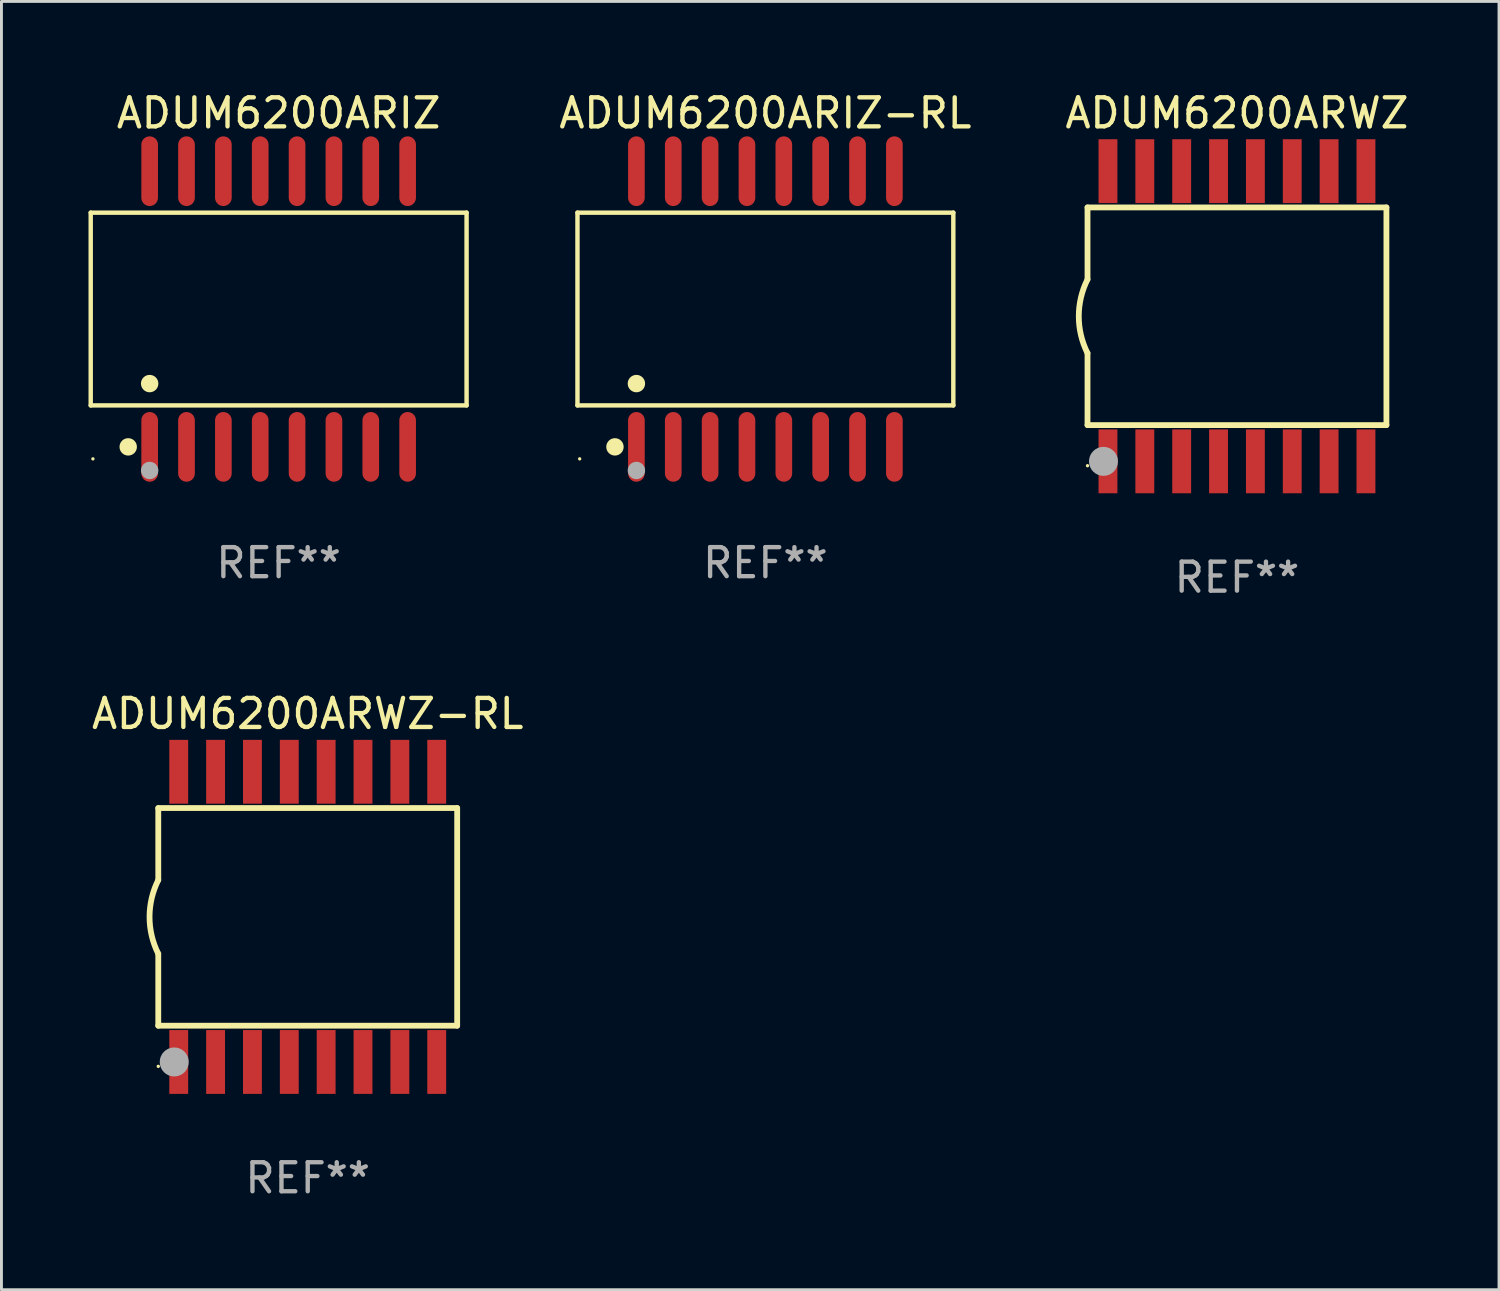
<source format=kicad_pcb>
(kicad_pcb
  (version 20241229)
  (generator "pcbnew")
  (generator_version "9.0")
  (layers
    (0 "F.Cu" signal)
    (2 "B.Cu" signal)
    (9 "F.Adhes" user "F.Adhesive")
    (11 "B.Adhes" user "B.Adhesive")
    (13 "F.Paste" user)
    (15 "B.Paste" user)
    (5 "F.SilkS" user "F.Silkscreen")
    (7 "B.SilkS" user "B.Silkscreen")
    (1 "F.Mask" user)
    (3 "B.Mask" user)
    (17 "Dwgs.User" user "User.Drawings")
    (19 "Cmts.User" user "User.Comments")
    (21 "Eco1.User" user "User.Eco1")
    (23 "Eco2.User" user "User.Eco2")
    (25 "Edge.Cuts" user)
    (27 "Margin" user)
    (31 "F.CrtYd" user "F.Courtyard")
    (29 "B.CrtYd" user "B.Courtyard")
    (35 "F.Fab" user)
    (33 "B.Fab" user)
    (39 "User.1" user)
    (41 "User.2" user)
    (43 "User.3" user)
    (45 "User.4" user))
  (footprint "ADUM6200ARIZ-RL"
    (layer "F.Cu")
    (at 23.325 7.599)
    (property "Reference" "ADUM6200ARIZ-RL" (at 0 -6.75 0) (layer "F.SilkS") (effects (font (size 1 1) (thickness 0.15))))
    (attr through_hole)
    (fp_line (start -6.476 -3.321) (end 6.476 -3.321) (stroke (width 0.152) (type solid)) (layer "F.SilkS"))
    (fp_line (start -6.476 3.321) (end -6.476 -3.321) (stroke (width 0.152) (type solid)) (layer "F.SilkS"))
    (fp_line (start 6.476 -3.321) (end 6.476 3.321) (stroke (width 0.152) (type solid)) (layer "F.SilkS"))
    (fp_line (start 6.476 3.321) (end -6.476 3.321) (stroke (width 0.152) (type solid)) (layer "F.SilkS"))
    (fp_circle (center -6.4 5.163) (end -6.37 5.163) (stroke (width 0.06) (type solid)) (fill no) (layer "F.SilkS"))
    (fp_circle (center -5.184 4.75) (end -5.034 4.75) (stroke (width 0.3) (type solid)) (fill no) (layer "F.SilkS"))
    (fp_circle (center -4.445 2.569) (end -4.295 2.569) (stroke (width 0.3) (type solid)) (fill no) (layer "F.SilkS"))
    (fp_circle (center -4.445 5.563) (end -4.295 5.563) (stroke (width 0.3) (type solid)) (fill no) (layer "F.Fab"))
    (fp_text user "REF**" (at 0 8.75 0) (layer "F.Fab") (effects (font (size 1 1) (thickness 0.15))))
    (pad "1" smd oval (at -4.445 4.75) (size 0.574 2.401) (layers "F.Cu" "F.Mask" "F.Paste"))
    (pad "2" smd oval (at -3.175 4.75) (size 0.574 2.401) (layers "F.Cu" "F.Mask" "F.Paste"))
    (pad "3" smd oval (at -1.905 4.75) (size 0.574 2.401) (layers "F.Cu" "F.Mask" "F.Paste"))
    (pad "4" smd oval (at -0.635 4.75) (size 0.574 2.401) (layers "F.Cu" "F.Mask" "F.Paste"))
    (pad "5" smd oval (at 0.635 4.75) (size 0.574 2.401) (layers "F.Cu" "F.Mask" "F.Paste"))
    (pad "6" smd oval (at 1.905 4.75) (size 0.574 2.401) (layers "F.Cu" "F.Mask" "F.Paste"))
    (pad "7" smd oval (at 3.175 4.75) (size 0.574 2.401) (layers "F.Cu" "F.Mask" "F.Paste"))
    (pad "8" smd oval (at 4.445 4.75) (size 0.574 2.401) (layers "F.Cu" "F.Mask" "F.Paste"))
    (pad "9" smd oval (at 4.445 -4.75) (size 0.574 2.401) (layers "F.Cu" "F.Mask" "F.Paste"))
    (pad "10" smd oval (at 3.175 -4.75) (size 0.574 2.401) (layers "F.Cu" "F.Mask" "F.Paste"))
    (pad "11" smd oval (at 1.905 -4.75) (size 0.574 2.401) (layers "F.Cu" "F.Mask" "F.Paste"))
    (pad "12" smd oval (at 0.635 -4.75) (size 0.574 2.401) (layers "F.Cu" "F.Mask" "F.Paste"))
    (pad "13" smd oval (at -0.635 -4.75) (size 0.574 2.401) (layers "F.Cu" "F.Mask" "F.Paste"))
    (pad "14" smd oval (at -1.905 -4.75) (size 0.574 2.401) (layers "F.Cu" "F.Mask" "F.Paste"))
    (pad "15" smd oval (at -3.175 -4.75) (size 0.574 2.401) (layers "F.Cu" "F.Mask" "F.Paste"))
    (pad "16" smd oval (at -4.445 -4.75) (size 0.574 2.401) (layers "F.Cu" "F.Mask" "F.Paste")))
  (footprint "ADUM6200ARWZ"
    (layer "F.Cu")
    (at 39.575 7.848)
    (property "Reference" "ADUM6200ARWZ" (at 0 -7 0) (layer "F.SilkS") (effects (font (size 1 1) (thickness 0.15))))
    (attr through_hole)
    (fp_line (start -5.15 -3.75) (end -5.15 -1.27) (stroke (width 0.2) (type solid)) (layer "F.SilkS"))
    (fp_line (start -5.15 -3.75) (end 5.15 -3.75) (stroke (width 0.2) (type solid)) (layer "F.SilkS"))
    (fp_line (start -5.15 3.75) (end -5.15 1.27) (stroke (width 0.2) (type solid)) (layer "F.SilkS"))
    (fp_line (start 5.15 -3.75) (end 5.15 3.75) (stroke (width 0.2) (type solid)) (layer "F.SilkS"))
    (fp_line (start 5.15 3.75) (end -5.15 3.75) (stroke (width 0.2) (type solid)) (layer "F.SilkS"))
    (fp_arc (start -5.151131 1.270003) (mid -5.450556 -0.000132) (end -5.150013 -1.270003) (stroke (width 0.2) (type solid)) (layer "F.SilkS"))
    (fp_circle (center -5.15 5.15) (end -5.12 5.15) (stroke (width 0.06) (type solid)) (fill no) (layer "F.SilkS"))
    (fp_circle (center -4.6 5) (end -4.35 5) (stroke (width 0.5) (type solid)) (fill no) (layer "F.Fab"))
    (fp_text user "REF**" (at 0 9 0) (layer "F.Fab") (effects (font (size 1 1) (thickness 0.15))))
    (pad "1" smd rect (at -4.445 5) (size 0.65 2.2) (layers "F.Cu" "F.Mask" "F.Paste"))
    (pad "2" smd rect (at -3.175 5) (size 0.65 2.2) (layers "F.Cu" "F.Mask" "F.Paste"))
    (pad "3" smd rect (at -1.905 5) (size 0.65 2.2) (layers "F.Cu" "F.Mask" "F.Paste"))
    (pad "4" smd rect (at -0.635 5) (size 0.65 2.2) (layers "F.Cu" "F.Mask" "F.Paste"))
    (pad "5" smd rect (at 0.635 5) (size 0.65 2.2) (layers "F.Cu" "F.Mask" "F.Paste"))
    (pad "6" smd rect (at 1.905 5) (size 0.65 2.2) (layers "F.Cu" "F.Mask" "F.Paste"))
    (pad "7" smd rect (at 3.175 5) (size 0.65 2.2) (layers "F.Cu" "F.Mask" "F.Paste"))
    (pad "8" smd rect (at 4.445 5) (size 0.65 2.2) (layers "F.Cu" "F.Mask" "F.Paste"))
    (pad "9" smd rect (at 4.445 -5) (size 0.65 2.2) (layers "F.Cu" "F.Mask" "F.Paste"))
    (pad "10" smd rect (at 3.175 -5) (size 0.65 2.2) (layers "F.Cu" "F.Mask" "F.Paste"))
    (pad "11" smd rect (at 1.905 -5) (size 0.65 2.2) (layers "F.Cu" "F.Mask" "F.Paste"))
    (pad "12" smd rect (at 0.635 -5) (size 0.65 2.2) (layers "F.Cu" "F.Mask" "F.Paste"))
    (pad "13" smd rect (at -0.635 -5) (size 0.65 2.2) (layers "F.Cu" "F.Mask" "F.Paste"))
    (pad "14" smd rect (at -1.905 -5) (size 0.65 2.2) (layers "F.Cu" "F.Mask" "F.Paste"))
    (pad "15" smd rect (at -3.175 -5) (size 0.65 2.2) (layers "F.Cu" "F.Mask" "F.Paste"))
    (pad "16" smd rect (at -4.445 -5) (size 0.65 2.2) (layers "F.Cu" "F.Mask" "F.Paste")))
  (footprint "ADUM6200ARWZ-RL"
    (layer "F.Cu")
    (at 7.554 28.545)
    (property "Reference" "ADUM6200ARWZ-RL" (at 0 -7 0) (layer "F.SilkS") (effects (font (size 1 1) (thickness 0.15))))
    (attr through_hole)
    (fp_line (start -5.15 -3.75) (end -5.15 -1.27) (stroke (width 0.2) (type solid)) (layer "F.SilkS"))
    (fp_line (start -5.15 -3.75) (end 5.15 -3.75) (stroke (width 0.2) (type solid)) (layer "F.SilkS"))
    (fp_line (start -5.15 3.75) (end -5.15 1.27) (stroke (width 0.2) (type solid)) (layer "F.SilkS"))
    (fp_line (start 5.15 -3.75) (end 5.15 3.75) (stroke (width 0.2) (type solid)) (layer "F.SilkS"))
    (fp_line (start 5.15 3.75) (end -5.15 3.75) (stroke (width 0.2) (type solid)) (layer "F.SilkS"))
    (fp_arc (start -5.151131 1.270003) (mid -5.450556 -0.000132) (end -5.150013 -1.270003) (stroke (width 0.2) (type solid)) (layer "F.SilkS"))
    (fp_circle (center -5.15 5.15) (end -5.12 5.15) (stroke (width 0.06) (type solid)) (fill no) (layer "F.SilkS"))
    (fp_circle (center -4.6 5) (end -4.35 5) (stroke (width 0.5) (type solid)) (fill no) (layer "F.Fab"))
    (fp_text user "REF**" (at 0 9 0) (layer "F.Fab") (effects (font (size 1 1) (thickness 0.15))))
    (pad "1" smd rect (at -4.445 5) (size 0.65 2.2) (layers "F.Cu" "F.Mask" "F.Paste"))
    (pad "2" smd rect (at -3.175 5) (size 0.65 2.2) (layers "F.Cu" "F.Mask" "F.Paste"))
    (pad "3" smd rect (at -1.905 5) (size 0.65 2.2) (layers "F.Cu" "F.Mask" "F.Paste"))
    (pad "4" smd rect (at -0.635 5) (size 0.65 2.2) (layers "F.Cu" "F.Mask" "F.Paste"))
    (pad "5" smd rect (at 0.635 5) (size 0.65 2.2) (layers "F.Cu" "F.Mask" "F.Paste"))
    (pad "6" smd rect (at 1.905 5) (size 0.65 2.2) (layers "F.Cu" "F.Mask" "F.Paste"))
    (pad "7" smd rect (at 3.175 5) (size 0.65 2.2) (layers "F.Cu" "F.Mask" "F.Paste"))
    (pad "8" smd rect (at 4.445 5) (size 0.65 2.2) (layers "F.Cu" "F.Mask" "F.Paste"))
    (pad "9" smd rect (at 4.445 -5) (size 0.65 2.2) (layers "F.Cu" "F.Mask" "F.Paste"))
    (pad "10" smd rect (at 3.175 -5) (size 0.65 2.2) (layers "F.Cu" "F.Mask" "F.Paste"))
    (pad "11" smd rect (at 1.905 -5) (size 0.65 2.2) (layers "F.Cu" "F.Mask" "F.Paste"))
    (pad "12" smd rect (at 0.635 -5) (size 0.65 2.2) (layers "F.Cu" "F.Mask" "F.Paste"))
    (pad "13" smd rect (at -0.635 -5) (size 0.65 2.2) (layers "F.Cu" "F.Mask" "F.Paste"))
    (pad "14" smd rect (at -1.905 -5) (size 0.65 2.2) (layers "F.Cu" "F.Mask" "F.Paste"))
    (pad "15" smd rect (at -3.175 -5) (size 0.65 2.2) (layers "F.Cu" "F.Mask" "F.Paste"))
    (pad "16" smd rect (at -4.445 -5) (size 0.65 2.2) (layers "F.Cu" "F.Mask" "F.Paste")))
  (footprint "ADUM6200ARIZ"
    (layer "F.Cu")
    (at 6.552 7.599)
    (property "Reference" "ADUM6200ARIZ" (at 0 -6.75 0) (layer "F.SilkS") (effects (font (size 1 1) (thickness 0.15))))
    (attr through_hole)
    (fp_line (start -6.476 -3.321) (end 6.476 -3.321) (stroke (width 0.152) (type solid)) (layer "F.SilkS"))
    (fp_line (start -6.476 3.321) (end -6.476 -3.321) (stroke (width 0.152) (type solid)) (layer "F.SilkS"))
    (fp_line (start 6.476 -3.321) (end 6.476 3.321) (stroke (width 0.152) (type solid)) (layer "F.SilkS"))
    (fp_line (start 6.476 3.321) (end -6.476 3.321) (stroke (width 0.152) (type solid)) (layer "F.SilkS"))
    (fp_circle (center -6.4 5.163) (end -6.37 5.163) (stroke (width 0.06) (type solid)) (fill no) (layer "F.SilkS"))
    (fp_circle (center -5.184 4.75) (end -5.034 4.75) (stroke (width 0.3) (type solid)) (fill no) (layer "F.SilkS"))
    (fp_circle (center -4.445 2.569) (end -4.295 2.569) (stroke (width 0.3) (type solid)) (fill no) (layer "F.SilkS"))
    (fp_circle (center -4.445 5.563) (end -4.295 5.563) (stroke (width 0.3) (type solid)) (fill no) (layer "F.Fab"))
    (fp_text user "REF**" (at 0 8.75 0) (layer "F.Fab") (effects (font (size 1 1) (thickness 0.15))))
    (pad "1" smd oval (at -4.445 4.75) (size 0.574 2.401) (layers "F.Cu" "F.Mask" "F.Paste"))
    (pad "2" smd oval (at -3.175 4.75) (size 0.574 2.401) (layers "F.Cu" "F.Mask" "F.Paste"))
    (pad "3" smd oval (at -1.905 4.75) (size 0.574 2.401) (layers "F.Cu" "F.Mask" "F.Paste"))
    (pad "4" smd oval (at -0.635 4.75) (size 0.574 2.401) (layers "F.Cu" "F.Mask" "F.Paste"))
    (pad "5" smd oval (at 0.635 4.75) (size 0.574 2.401) (layers "F.Cu" "F.Mask" "F.Paste"))
    (pad "6" smd oval (at 1.905 4.75) (size 0.574 2.401) (layers "F.Cu" "F.Mask" "F.Paste"))
    (pad "7" smd oval (at 3.175 4.75) (size 0.574 2.401) (layers "F.Cu" "F.Mask" "F.Paste"))
    (pad "8" smd oval (at 4.445 4.75) (size 0.574 2.401) (layers "F.Cu" "F.Mask" "F.Paste"))
    (pad "9" smd oval (at 4.445 -4.75) (size 0.574 2.401) (layers "F.Cu" "F.Mask" "F.Paste"))
    (pad "10" smd oval (at 3.175 -4.75) (size 0.574 2.401) (layers "F.Cu" "F.Mask" "F.Paste"))
    (pad "11" smd oval (at 1.905 -4.75) (size 0.574 2.401) (layers "F.Cu" "F.Mask" "F.Paste"))
    (pad "12" smd oval (at 0.635 -4.75) (size 0.574 2.401) (layers "F.Cu" "F.Mask" "F.Paste"))
    (pad "13" smd oval (at -0.635 -4.75) (size 0.574 2.401) (layers "F.Cu" "F.Mask" "F.Paste"))
    (pad "14" smd oval (at -1.905 -4.75) (size 0.574 2.401) (layers "F.Cu" "F.Mask" "F.Paste"))
    (pad "15" smd oval (at -3.175 -4.75) (size 0.574 2.401) (layers "F.Cu" "F.Mask" "F.Paste"))
    (pad "16" smd oval (at -4.445 -4.75) (size 0.574 2.401) (layers "F.Cu" "F.Mask" "F.Paste")))
  (gr_rect
    (start -3 -3)
    (end 48.605 41.393)
    (stroke (width 0.1) (type default))
    (fill no)
    (layer "Edge.Cuts")))
</source>
